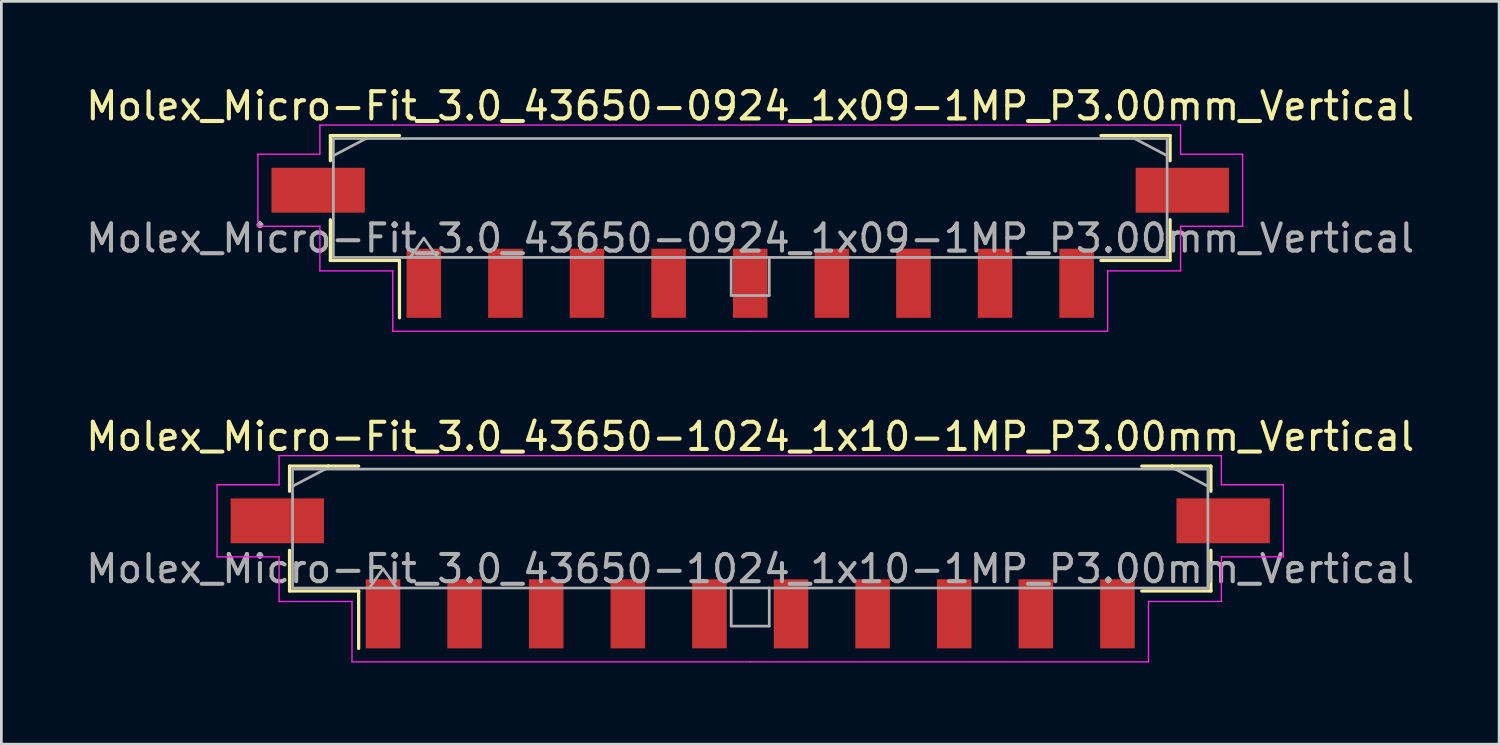
<source format=kicad_pcb>
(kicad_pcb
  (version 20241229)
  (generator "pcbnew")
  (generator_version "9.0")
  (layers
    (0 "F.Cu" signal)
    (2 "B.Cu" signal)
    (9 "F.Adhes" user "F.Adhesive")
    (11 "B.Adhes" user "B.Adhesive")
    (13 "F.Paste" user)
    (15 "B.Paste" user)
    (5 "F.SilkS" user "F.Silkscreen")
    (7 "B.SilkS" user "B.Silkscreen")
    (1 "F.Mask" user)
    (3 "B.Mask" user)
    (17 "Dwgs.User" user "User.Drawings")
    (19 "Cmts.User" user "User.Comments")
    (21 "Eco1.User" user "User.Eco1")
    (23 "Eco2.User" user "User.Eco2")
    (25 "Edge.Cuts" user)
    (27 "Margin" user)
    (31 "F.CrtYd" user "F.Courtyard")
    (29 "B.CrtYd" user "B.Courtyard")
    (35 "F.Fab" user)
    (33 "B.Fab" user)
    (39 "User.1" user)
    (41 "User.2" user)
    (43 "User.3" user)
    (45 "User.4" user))
  (footprint "Molex_Micro-Fit_3.0_43650-0924_1x09-1MP_P3.00mm_Vertical"
    (layer "F.Cu")
    (at 24.53 4.228)
    (property "Reference" "Molex_Micro-Fit_3.0_43650-0924_1x09-1MP_P3.00mm_Vertical" (at 0 -3.38 0) (layer "F.SilkS") (effects (font (size 1 1) (thickness 0.15))))
    (attr smd)
    (fp_line (start -15.435 -2.295) (end -14.015 -2.295) (stroke (width 0.12) (type solid)) (layer "F.SilkS"))
    (fp_line (start -15.435 -1.37) (end -15.435 -2.295) (stroke (width 0.12) (type solid)) (layer "F.SilkS"))
    (fp_line (start -15.435 0.8) (end -15.435 2.295) (stroke (width 0.12) (type solid)) (layer "F.SilkS"))
    (fp_line (start -15.435 2.295) (end -12.895 2.295) (stroke (width 0.12) (type solid)) (layer "F.SilkS"))
    (fp_line (start -14.015 -2.295) (end -14.015 -2.295) (stroke (width 0.12) (type solid)) (layer "F.SilkS"))
    (fp_line (start -14.015 -2.295) (end -12.895 -2.295) (stroke (width 0.12) (type solid)) (layer "F.SilkS"))
    (fp_line (start -12.895 2.295) (end -12.895 4.405) (stroke (width 0.12) (type solid)) (layer "F.SilkS"))
    (fp_line (start 14.015 -2.295) (end 12.895 -2.295) (stroke (width 0.12) (type solid)) (layer "F.SilkS"))
    (fp_line (start 14.015 -2.295) (end 14.015 -2.295) (stroke (width 0.12) (type solid)) (layer "F.SilkS"))
    (fp_line (start 15.435 -2.295) (end 14.015 -2.295) (stroke (width 0.12) (type solid)) (layer "F.SilkS"))
    (fp_line (start 15.435 -1.37) (end 15.435 -2.295) (stroke (width 0.12) (type solid)) (layer "F.SilkS"))
    (fp_line (start 15.435 0.8) (end 15.435 2.295) (stroke (width 0.12) (type solid)) (layer "F.SilkS"))
    (fp_line (start 15.435 2.295) (end 12.895 2.295) (stroke (width 0.12) (type solid)) (layer "F.SilkS"))
    (fp_line (start -18.1 -1.61) (end -18.1 1.04) (stroke (width 0.05) (type solid)) (layer "F.CrtYd"))
    (fp_line (start -18.1 1.04) (end -15.82 1.04) (stroke (width 0.05) (type solid)) (layer "F.CrtYd"))
    (fp_line (start -15.82 -2.68) (end -15.82 -1.61) (stroke (width 0.05) (type solid)) (layer "F.CrtYd"))
    (fp_line (start -15.82 -1.61) (end -18.1 -1.61) (stroke (width 0.05) (type solid)) (layer "F.CrtYd"))
    (fp_line (start -15.82 1.04) (end -15.82 2.68) (stroke (width 0.05) (type solid)) (layer "F.CrtYd"))
    (fp_line (start -15.82 2.68) (end -13.14 2.68) (stroke (width 0.05) (type solid)) (layer "F.CrtYd"))
    (fp_line (start -13.14 -2.68) (end -15.82 -2.68) (stroke (width 0.05) (type solid)) (layer "F.CrtYd"))
    (fp_line (start -13.14 2.68) (end -13.14 4.9) (stroke (width 0.05) (type solid)) (layer "F.CrtYd"))
    (fp_line (start -13.14 4.9) (end 0 4.9) (stroke (width 0.05) (type solid)) (layer "F.CrtYd"))
    (fp_line (start 0 -2.68) (end -13.14 -2.68) (stroke (width 0.05) (type solid)) (layer "F.CrtYd"))
    (fp_line (start 0 -2.68) (end 13.14 -2.68) (stroke (width 0.05) (type solid)) (layer "F.CrtYd"))
    (fp_line (start 13.14 -2.68) (end 15.82 -2.68) (stroke (width 0.05) (type solid)) (layer "F.CrtYd"))
    (fp_line (start 13.14 2.68) (end 13.14 4.9) (stroke (width 0.05) (type solid)) (layer "F.CrtYd"))
    (fp_line (start 13.14 4.9) (end 0 4.9) (stroke (width 0.05) (type solid)) (layer "F.CrtYd"))
    (fp_line (start 15.82 -2.68) (end 15.82 -1.61) (stroke (width 0.05) (type solid)) (layer "F.CrtYd"))
    (fp_line (start 15.82 -1.61) (end 18.1 -1.61) (stroke (width 0.05) (type solid)) (layer "F.CrtYd"))
    (fp_line (start 15.82 1.04) (end 15.82 2.68) (stroke (width 0.05) (type solid)) (layer "F.CrtYd"))
    (fp_line (start 15.82 2.68) (end 13.14 2.68) (stroke (width 0.05) (type solid)) (layer "F.CrtYd"))
    (fp_line (start 18.1 -1.61) (end 18.1 1.04) (stroke (width 0.05) (type solid)) (layer "F.CrtYd"))
    (fp_line (start 18.1 1.04) (end 15.82 1.04) (stroke (width 0.05) (type solid)) (layer "F.CrtYd"))
    (fp_line (start -15.325 -2.185) (end -15.325 2.185) (stroke (width 0.1) (type solid)) (layer "F.Fab"))
    (fp_line (start -15.325 -1.555) (end -14.125 -2.185) (stroke (width 0.1) (type solid)) (layer "F.Fab"))
    (fp_line (start -15.325 2.185) (end 15.325 2.185) (stroke (width 0.1) (type solid)) (layer "F.Fab"))
    (fp_line (start -14.125 -2.185) (end -15.325 -2.185) (stroke (width 0.1) (type solid)) (layer "F.Fab"))
    (fp_line (start -14.125 -2.185) (end -14.125 -2.185) (stroke (width 0.1) (type solid)) (layer "F.Fab"))
    (fp_line (start -12.5 2.185) (end -12 1.478) (stroke (width 0.1) (type solid)) (layer "F.Fab"))
    (fp_line (start -12 1.478) (end -11.5 2.185) (stroke (width 0.1) (type solid)) (layer "F.Fab"))
    (fp_line (start -0.7 2.185) (end -0.7 3.585) (stroke (width 0.1) (type solid)) (layer "F.Fab"))
    (fp_line (start -0.7 3.585) (end 0.7 3.585) (stroke (width 0.1) (type solid)) (layer "F.Fab"))
    (fp_line (start 0.7 3.585) (end 0.7 2.185) (stroke (width 0.1) (type solid)) (layer "F.Fab"))
    (fp_line (start 14.125 -2.185) (end -14.125 -2.185) (stroke (width 0.1) (type solid)) (layer "F.Fab"))
    (fp_line (start 14.125 -2.185) (end 14.125 -2.185) (stroke (width 0.1) (type solid)) (layer "F.Fab"))
    (fp_line (start 15.325 -2.185) (end 14.125 -2.185) (stroke (width 0.1) (type solid)) (layer "F.Fab"))
    (fp_line (start 15.325 -1.555) (end 14.125 -2.185) (stroke (width 0.1) (type solid)) (layer "F.Fab"))
    (fp_line (start 15.325 2.185) (end 15.325 -2.185) (stroke (width 0.1) (type solid)) (layer "F.Fab"))
    (fp_text user "${REFERENCE}" (at 0 1.48 0) (layer "F.Fab") (effects (font (size 1 1) (thickness 0.15))))
    (pad "1" smd rect (at -12 3.135) (size 1.27 2.54) (layers "F.Cu" "F.Mask" "F.Paste"))
    (pad "2" smd rect (at -9 3.135) (size 1.27 2.54) (layers "F.Cu" "F.Mask" "F.Paste"))
    (pad "3" smd rect (at -6 3.135) (size 1.27 2.54) (layers "F.Cu" "F.Mask" "F.Paste"))
    (pad "4" smd rect (at -3 3.135) (size 1.27 2.54) (layers "F.Cu" "F.Mask" "F.Paste"))
    (pad "5" smd rect (at 0 3.135) (size 1.27 2.54) (layers "F.Cu" "F.Mask" "F.Paste"))
    (pad "6" smd rect (at 3 3.135) (size 1.27 2.54) (layers "F.Cu" "F.Mask" "F.Paste"))
    (pad "7" smd rect (at 6 3.135) (size 1.27 2.54) (layers "F.Cu" "F.Mask" "F.Paste"))
    (pad "8" smd rect (at 9 3.135) (size 1.27 2.54) (layers "F.Cu" "F.Mask" "F.Paste"))
    (pad "9" smd rect (at 12 3.135) (size 1.27 2.54) (layers "F.Cu" "F.Mask" "F.Paste"))
    (pad "MP" smd rect (at -15.885 -0.285) (size 3.43 1.65) (layers "F.Cu" "F.Mask" "F.Paste"))
    (pad "MP" smd rect (at 15.885 -0.285) (size 3.43 1.65) (layers "F.Cu" "F.Mask" "F.Paste")))
  (footprint "Molex_Micro-Fit_3.0_43650-1024_1x10-1MP_P3.00mm_Vertical"
    (layer "F.Cu")
    (at 24.53 16.381)
    (property "Reference" "Molex_Micro-Fit_3.0_43650-1024_1x10-1MP_P3.00mm_Vertical" (at 0 -3.38 0) (layer "F.SilkS") (effects (font (size 1 1) (thickness 0.15))))
    (attr smd)
    (fp_line (start -16.935 -2.295) (end -15.515 -2.295) (stroke (width 0.12) (type solid)) (layer "F.SilkS"))
    (fp_line (start -16.935 -1.37) (end -16.935 -2.295) (stroke (width 0.12) (type solid)) (layer "F.SilkS"))
    (fp_line (start -16.935 0.8) (end -16.935 2.295) (stroke (width 0.12) (type solid)) (layer "F.SilkS"))
    (fp_line (start -16.935 2.295) (end -14.395 2.295) (stroke (width 0.12) (type solid)) (layer "F.SilkS"))
    (fp_line (start -15.515 -2.295) (end -15.515 -2.295) (stroke (width 0.12) (type solid)) (layer "F.SilkS"))
    (fp_line (start -15.515 -2.295) (end -14.395 -2.295) (stroke (width 0.12) (type solid)) (layer "F.SilkS"))
    (fp_line (start -14.395 2.295) (end -14.395 4.405) (stroke (width 0.12) (type solid)) (layer "F.SilkS"))
    (fp_line (start 15.515 -2.295) (end 14.395 -2.295) (stroke (width 0.12) (type solid)) (layer "F.SilkS"))
    (fp_line (start 15.515 -2.295) (end 15.515 -2.295) (stroke (width 0.12) (type solid)) (layer "F.SilkS"))
    (fp_line (start 16.935 -2.295) (end 15.515 -2.295) (stroke (width 0.12) (type solid)) (layer "F.SilkS"))
    (fp_line (start 16.935 -1.37) (end 16.935 -2.295) (stroke (width 0.12) (type solid)) (layer "F.SilkS"))
    (fp_line (start 16.935 0.8) (end 16.935 2.295) (stroke (width 0.12) (type solid)) (layer "F.SilkS"))
    (fp_line (start 16.935 2.295) (end 14.395 2.295) (stroke (width 0.12) (type solid)) (layer "F.SilkS"))
    (fp_line (start -19.6 -1.61) (end -19.6 1.04) (stroke (width 0.05) (type solid)) (layer "F.CrtYd"))
    (fp_line (start -19.6 1.04) (end -17.32 1.04) (stroke (width 0.05) (type solid)) (layer "F.CrtYd"))
    (fp_line (start -17.32 -2.68) (end -17.32 -1.61) (stroke (width 0.05) (type solid)) (layer "F.CrtYd"))
    (fp_line (start -17.32 -1.61) (end -19.6 -1.61) (stroke (width 0.05) (type solid)) (layer "F.CrtYd"))
    (fp_line (start -17.32 1.04) (end -17.32 2.68) (stroke (width 0.05) (type solid)) (layer "F.CrtYd"))
    (fp_line (start -17.32 2.68) (end -14.64 2.68) (stroke (width 0.05) (type solid)) (layer "F.CrtYd"))
    (fp_line (start -14.64 -2.68) (end -17.32 -2.68) (stroke (width 0.05) (type solid)) (layer "F.CrtYd"))
    (fp_line (start -14.64 2.68) (end -14.64 4.9) (stroke (width 0.05) (type solid)) (layer "F.CrtYd"))
    (fp_line (start -14.64 4.9) (end 0 4.9) (stroke (width 0.05) (type solid)) (layer "F.CrtYd"))
    (fp_line (start 0 -2.68) (end -14.64 -2.68) (stroke (width 0.05) (type solid)) (layer "F.CrtYd"))
    (fp_line (start 0 -2.68) (end 14.64 -2.68) (stroke (width 0.05) (type solid)) (layer "F.CrtYd"))
    (fp_line (start 14.64 -2.68) (end 17.32 -2.68) (stroke (width 0.05) (type solid)) (layer "F.CrtYd"))
    (fp_line (start 14.64 2.68) (end 14.64 4.9) (stroke (width 0.05) (type solid)) (layer "F.CrtYd"))
    (fp_line (start 14.64 4.9) (end 0 4.9) (stroke (width 0.05) (type solid)) (layer "F.CrtYd"))
    (fp_line (start 17.32 -2.68) (end 17.32 -1.61) (stroke (width 0.05) (type solid)) (layer "F.CrtYd"))
    (fp_line (start 17.32 -1.61) (end 19.6 -1.61) (stroke (width 0.05) (type solid)) (layer "F.CrtYd"))
    (fp_line (start 17.32 1.04) (end 17.32 2.68) (stroke (width 0.05) (type solid)) (layer "F.CrtYd"))
    (fp_line (start 17.32 2.68) (end 14.64 2.68) (stroke (width 0.05) (type solid)) (layer "F.CrtYd"))
    (fp_line (start 19.6 -1.61) (end 19.6 1.04) (stroke (width 0.05) (type solid)) (layer "F.CrtYd"))
    (fp_line (start 19.6 1.04) (end 17.32 1.04) (stroke (width 0.05) (type solid)) (layer "F.CrtYd"))
    (fp_line (start -16.825 -2.185) (end -16.825 2.185) (stroke (width 0.1) (type solid)) (layer "F.Fab"))
    (fp_line (start -16.825 -1.555) (end -15.625 -2.185) (stroke (width 0.1) (type solid)) (layer "F.Fab"))
    (fp_line (start -16.825 2.185) (end 16.825 2.185) (stroke (width 0.1) (type solid)) (layer "F.Fab"))
    (fp_line (start -15.625 -2.185) (end -16.825 -2.185) (stroke (width 0.1) (type solid)) (layer "F.Fab"))
    (fp_line (start -15.625 -2.185) (end -15.625 -2.185) (stroke (width 0.1) (type solid)) (layer "F.Fab"))
    (fp_line (start -14 2.185) (end -13.5 1.478) (stroke (width 0.1) (type solid)) (layer "F.Fab"))
    (fp_line (start -13.5 1.478) (end -13 2.185) (stroke (width 0.1) (type solid)) (layer "F.Fab"))
    (fp_line (start -0.7 2.185) (end -0.7 3.585) (stroke (width 0.1) (type solid)) (layer "F.Fab"))
    (fp_line (start -0.7 3.585) (end 0.7 3.585) (stroke (width 0.1) (type solid)) (layer "F.Fab"))
    (fp_line (start 0.7 3.585) (end 0.7 2.185) (stroke (width 0.1) (type solid)) (layer "F.Fab"))
    (fp_line (start 15.625 -2.185) (end -15.625 -2.185) (stroke (width 0.1) (type solid)) (layer "F.Fab"))
    (fp_line (start 15.625 -2.185) (end 15.625 -2.185) (stroke (width 0.1) (type solid)) (layer "F.Fab"))
    (fp_line (start 16.825 -2.185) (end 15.625 -2.185) (stroke (width 0.1) (type solid)) (layer "F.Fab"))
    (fp_line (start 16.825 -1.555) (end 15.625 -2.185) (stroke (width 0.1) (type solid)) (layer "F.Fab"))
    (fp_line (start 16.825 2.185) (end 16.825 -2.185) (stroke (width 0.1) (type solid)) (layer "F.Fab"))
    (fp_text user "${REFERENCE}" (at 0 1.48 0) (layer "F.Fab") (effects (font (size 1 1) (thickness 0.15))))
    (pad "1" smd rect (at -13.5 3.135) (size 1.27 2.54) (layers "F.Cu" "F.Mask" "F.Paste"))
    (pad "2" smd rect (at -10.5 3.135) (size 1.27 2.54) (layers "F.Cu" "F.Mask" "F.Paste"))
    (pad "3" smd rect (at -7.5 3.135) (size 1.27 2.54) (layers "F.Cu" "F.Mask" "F.Paste"))
    (pad "4" smd rect (at -4.5 3.135) (size 1.27 2.54) (layers "F.Cu" "F.Mask" "F.Paste"))
    (pad "5" smd rect (at -1.5 3.135) (size 1.27 2.54) (layers "F.Cu" "F.Mask" "F.Paste"))
    (pad "6" smd rect (at 1.5 3.135) (size 1.27 2.54) (layers "F.Cu" "F.Mask" "F.Paste"))
    (pad "7" smd rect (at 4.5 3.135) (size 1.27 2.54) (layers "F.Cu" "F.Mask" "F.Paste"))
    (pad "8" smd rect (at 7.5 3.135) (size 1.27 2.54) (layers "F.Cu" "F.Mask" "F.Paste"))
    (pad "9" smd rect (at 10.5 3.135) (size 1.27 2.54) (layers "F.Cu" "F.Mask" "F.Paste"))
    (pad "10" smd rect (at 13.5 3.135) (size 1.27 2.54) (layers "F.Cu" "F.Mask" "F.Paste"))
    (pad "MP" smd rect (at -17.385 -0.285) (size 3.43 1.65) (layers "F.Cu" "F.Mask" "F.Paste"))
    (pad "MP" smd rect (at 17.385 -0.285) (size 3.43 1.65) (layers "F.Cu" "F.Mask" "F.Paste")))
  (gr_rect
    (start -3 -3)
    (end 52.06 24.306)
    (stroke (width 0.1) (type default))
    (fill no)
    (layer "Edge.Cuts")))
</source>
